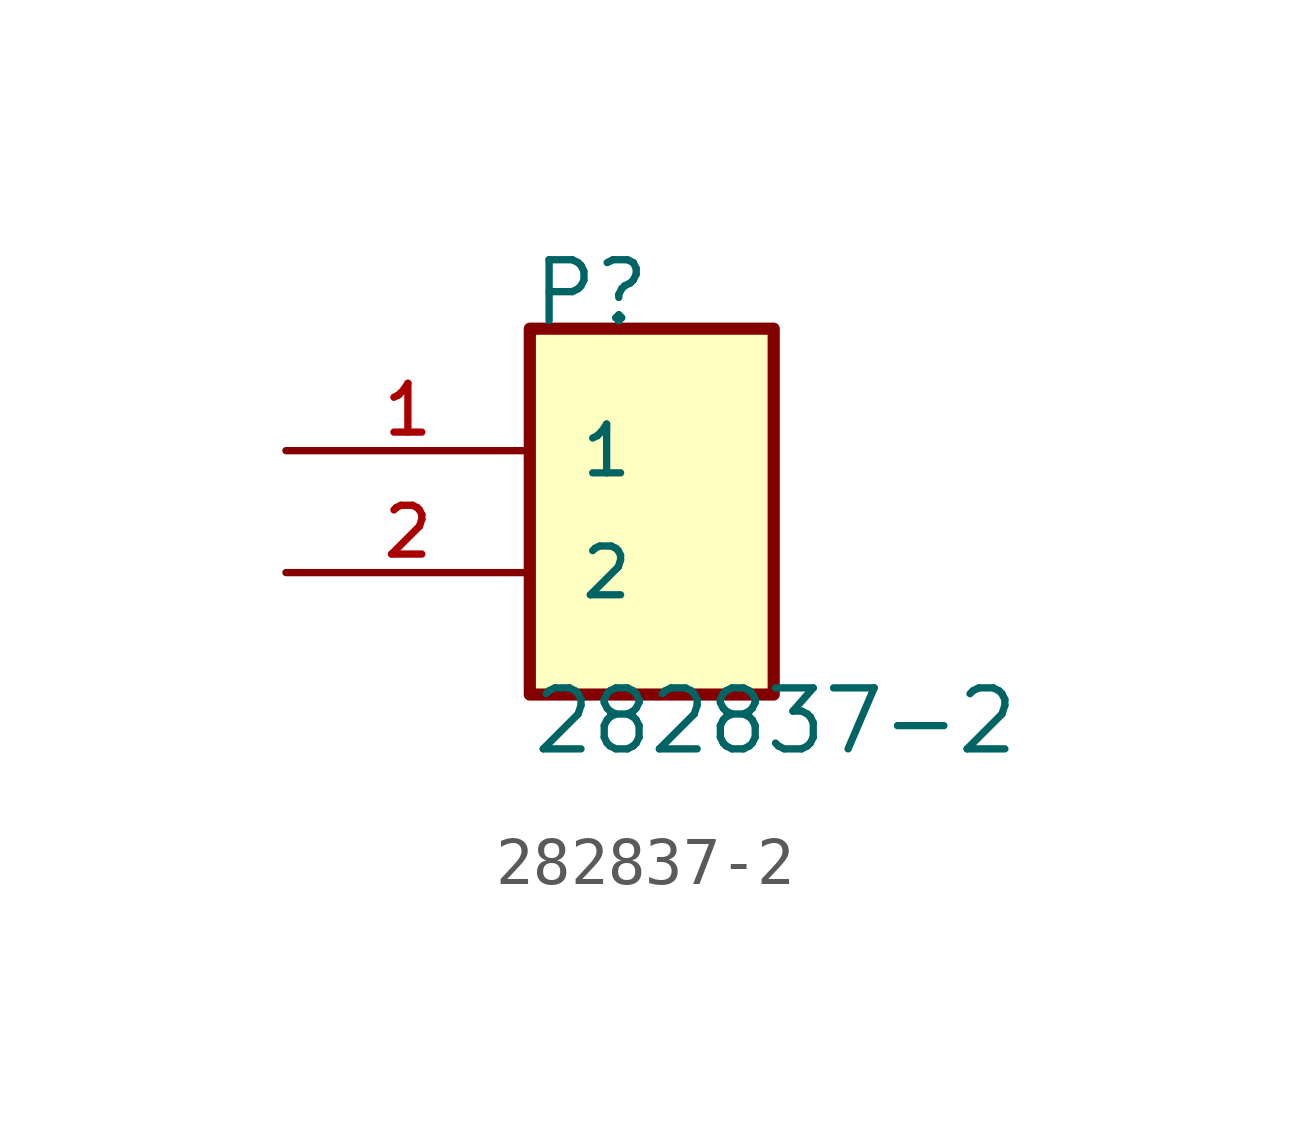
<source format=kicad_sym>
(kicad_symbol_lib
  (version 20211014)
  (generator kicad_symbol_editor)
  (symbol "282837-2"
    (pin_names
      (offset 1.016))
    (property "Reference" "P"
      (at -2.541 2.544 0)
      (effects (font (size 1.27 1.27)) (justify bottom left)))
    (property "Value" "282837-2"
      (at -2.542 -6.375 0)
      (effects (font (size 1.27 1.27)) (justify bottom left)))
    (symbol "282837-2_0_0"
      (rectangle (start -2.54 -5.08) (end 2.54 2.54) (stroke (width 0.254)) (fill (type background)))
      (pin passive line (at -7.62 0.0 0) (length 5.08) (name "1" (effects (font (size 1.016 1.016)))) (number "1" (effects (font (size 1.016 1.016)))))
      (pin passive line (at -7.62 -2.54 0) (length 5.08) (name "2" (effects (font (size 1.016 1.016)))) (number "2" (effects (font (size 1.016 1.016))))))))
</source>
